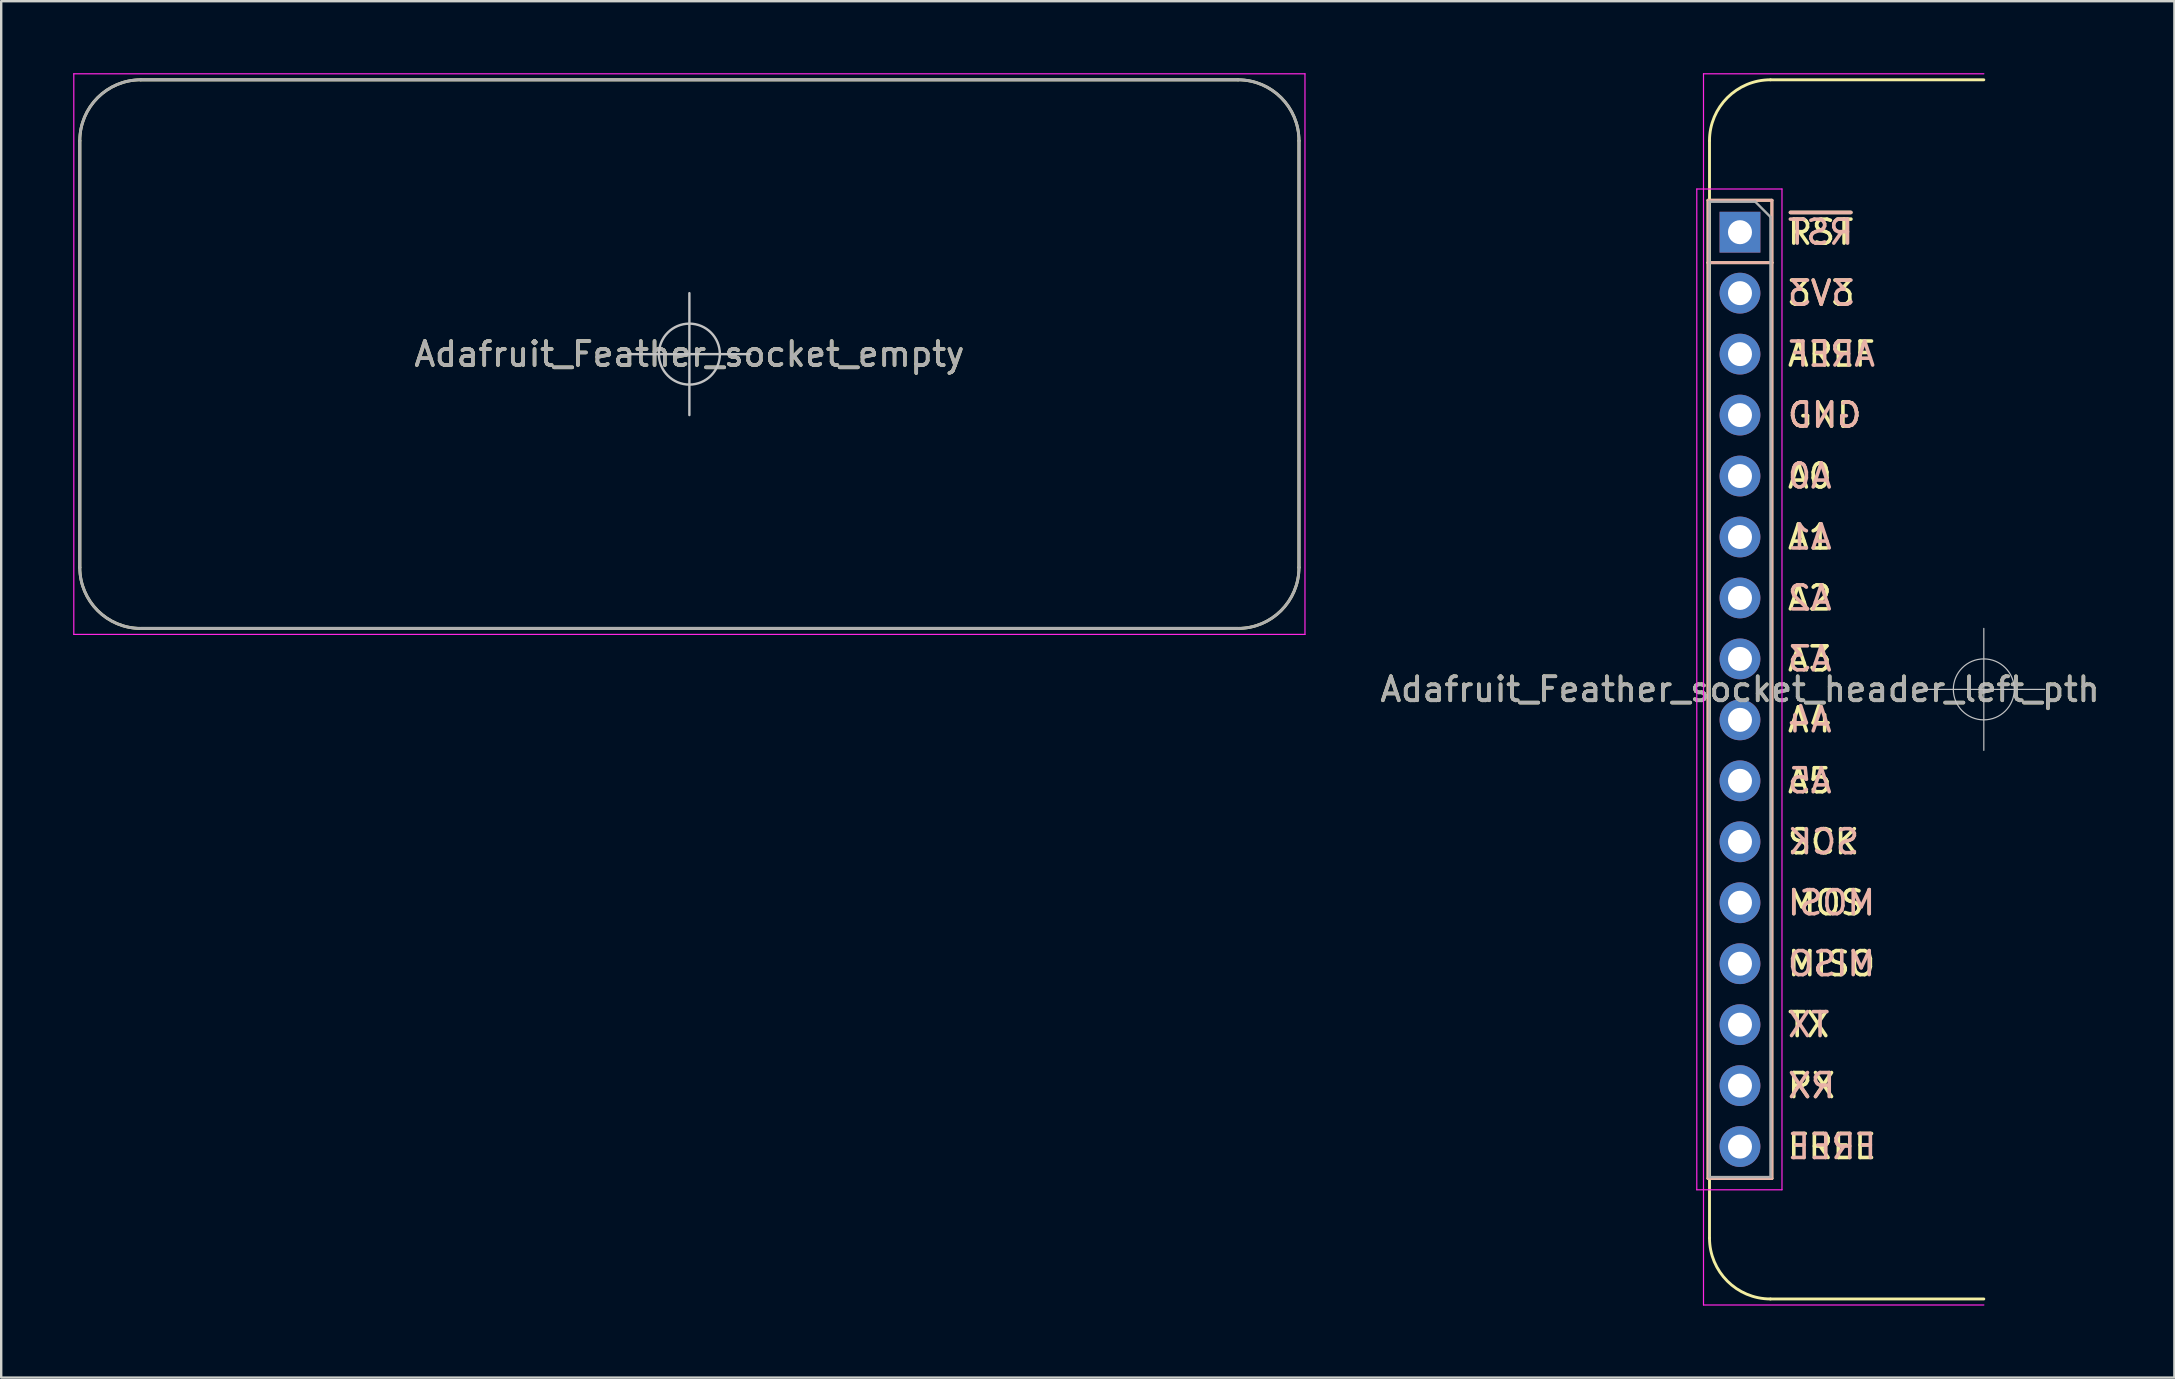
<source format=kicad_pcb>
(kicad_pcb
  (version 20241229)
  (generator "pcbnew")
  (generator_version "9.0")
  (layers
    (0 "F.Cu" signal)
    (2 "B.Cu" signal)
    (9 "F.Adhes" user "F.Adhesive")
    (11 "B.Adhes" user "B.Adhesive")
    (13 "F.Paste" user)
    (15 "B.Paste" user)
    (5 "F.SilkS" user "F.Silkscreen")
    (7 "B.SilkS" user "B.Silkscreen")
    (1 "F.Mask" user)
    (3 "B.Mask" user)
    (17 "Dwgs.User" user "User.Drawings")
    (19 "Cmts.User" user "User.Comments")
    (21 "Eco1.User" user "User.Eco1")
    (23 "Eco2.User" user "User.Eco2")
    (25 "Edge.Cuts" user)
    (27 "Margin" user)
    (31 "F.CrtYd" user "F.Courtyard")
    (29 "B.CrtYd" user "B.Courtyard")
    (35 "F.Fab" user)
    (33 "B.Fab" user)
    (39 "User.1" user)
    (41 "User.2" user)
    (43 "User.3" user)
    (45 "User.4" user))
  (footprint "Adafruit_Feather_socket_header_left_pth"
    (layer "F.Cu")
    (at 79.611 25.675)
    (property "Reference" "Adafruit_Feather_socket_header_left_pth" (at -10.16 0 0) (unlocked yes) (layer "F.SilkS") (effects (font (size 1 1) (thickness 0.15))))
    (attr through_hole)
    (fp_line (start -11.49 -20.38) (end -11.49 -17.78) (stroke (width 0.12) (type solid)) (layer "F.SilkS"))
    (fp_line (start -11.49 -20.38) (end -8.83 -20.38) (stroke (width 0.12) (type solid)) (layer "F.SilkS"))
    (fp_line (start -11.49 -17.78) (end -11.49 20.38) (stroke (width 0.12) (type solid)) (layer "F.SilkS"))
    (fp_line (start -11.49 -17.78) (end -8.83 -17.78) (stroke (width 0.12) (type solid)) (layer "F.SilkS"))
    (fp_line (start -11.49 20.38) (end -8.83 20.38) (stroke (width 0.12) (type solid)) (layer "F.SilkS"))
    (fp_line (start -11.43 -22.86) (end -11.43 22.86) (stroke (width 0.12) (type solid)) (layer "F.SilkS"))
    (fp_line (start -8.89 -25.4) (end 0 -25.4) (stroke (width 0.12) (type solid)) (layer "F.SilkS"))
    (fp_line (start -8.89 25.4) (end 0 25.4) (stroke (width 0.12) (type solid)) (layer "F.SilkS"))
    (fp_line (start -8.83 -20.38) (end -8.83 -17.78) (stroke (width 0.12) (type solid)) (layer "F.SilkS"))
    (fp_line (start -8.83 -17.78) (end -8.83 20.38) (stroke (width 0.12) (type solid)) (layer "F.SilkS"))
    (fp_arc (start -11.43 -22.86) (mid -10.686051 -24.656051) (end -8.89 -25.4) (stroke (width 0.12) (type solid)) (layer "F.SilkS"))
    (fp_arc (start -8.89 25.4) (mid -10.686051 24.656051) (end -11.43 22.86) (stroke (width 0.12) (type solid)) (layer "F.SilkS"))
    (fp_line (start -11.49 -20.38) (end -11.49 -17.78) (stroke (width 0.12) (type solid)) (layer "B.SilkS"))
    (fp_line (start -11.49 -20.38) (end -8.83 -20.38) (stroke (width 0.12) (type solid)) (layer "B.SilkS"))
    (fp_line (start -11.49 -17.78) (end -11.49 20.38) (stroke (width 0.12) (type solid)) (layer "B.SilkS"))
    (fp_line (start -11.49 -17.78) (end -8.83 -17.78) (stroke (width 0.12) (type solid)) (layer "B.SilkS"))
    (fp_line (start -11.49 20.38) (end -8.83 20.38) (stroke (width 0.12) (type solid)) (layer "B.SilkS"))
    (fp_line (start -8.83 -20.38) (end -8.83 -17.78) (stroke (width 0.12) (type solid)) (layer "B.SilkS"))
    (fp_line (start -8.83 -17.78) (end -8.83 20.38) (stroke (width 0.12) (type solid)) (layer "B.SilkS"))
    (fp_line (start -2.54 0) (end 2.54 0) (stroke (width 0.05) (type solid)) (layer "Dwgs.User"))
    (fp_line (start 0 -2.54) (end 0 2.54) (stroke (width 0.05) (type solid)) (layer "Dwgs.User"))
    (fp_circle (center 0 0) (end 1.27 0) (stroke (width 0.05) (type solid)) (fill no) (layer "Dwgs.User"))
    (fp_line (start -11.96 -20.85) (end -8.41 -20.85) (stroke (width 0.05) (type solid)) (layer "F.CrtYd"))
    (fp_line (start -11.96 20.85) (end -11.96 -20.85) (stroke (width 0.05) (type solid)) (layer "F.CrtYd"))
    (fp_line (start -11.68 -25.65) (end -11.68 25.65) (stroke (width 0.05) (type solid)) (layer "F.CrtYd"))
    (fp_line (start -11.68 -25.65) (end 0 -25.65) (stroke (width 0.05) (type solid)) (layer "F.CrtYd"))
    (fp_line (start -11.68 25.65) (end 0 25.65) (stroke (width 0.05) (type solid)) (layer "F.CrtYd"))
    (fp_line (start -8.41 -20.85) (end -8.41 20.85) (stroke (width 0.05) (type solid)) (layer "F.CrtYd"))
    (fp_line (start -8.41 20.85) (end -11.96 20.85) (stroke (width 0.05) (type solid)) (layer "F.CrtYd"))
    (fp_line (start -11.43 -20.32) (end -9.525 -20.32) (stroke (width 0.1) (type solid)) (layer "F.Fab"))
    (fp_line (start -11.43 20.32) (end -11.43 -20.32) (stroke (width 0.1) (type solid)) (layer "F.Fab"))
    (fp_line (start -9.525 -20.32) (end -8.89 -19.685) (stroke (width 0.1) (type solid)) (layer "F.Fab"))
    (fp_line (start -8.89 -19.685) (end -8.89 20.32) (stroke (width 0.1) (type solid)) (layer "F.Fab"))
    (fp_line (start -8.89 20.32) (end -11.43 20.32) (stroke (width 0.1) (type solid)) (layer "F.Fab"))
    (fp_text user "3V3" (at -8.255 -16.51 0) (unlocked yes) (layer "F.SilkS") (effects (font (size 1 1) (thickness 0.15)) (justify left)))
    (fp_text user "FREE" (at -8.255 19.05 0) (unlocked yes) (layer "F.SilkS") (effects (font (size 1 1) (thickness 0.15)) (justify left)))
    (fp_text user "A0" (at -8.255 -8.89 0) (unlocked yes) (layer "F.SilkS") (effects (font (size 1 1) (thickness 0.15)) (justify left)))
    (fp_text user "A4" (at -8.255 1.27 0) (unlocked yes) (layer "F.SilkS") (effects (font (size 1 1) (thickness 0.15)) (justify left)))
    (fp_text user "A3" (at -8.255 -1.27 0) (unlocked yes) (layer "F.SilkS") (effects (font (size 1 1) (thickness 0.15)) (justify left)))
    (fp_text user "A2" (at -8.255 -3.81 0) (unlocked yes) (layer "F.SilkS") (effects (font (size 1 1) (thickness 0.15)) (justify left)))
    (fp_text user "MOSI" (at -8.255 8.89 0) (unlocked yes) (layer "F.SilkS") (effects (font (size 1 1) (thickness 0.15)) (justify left)))
    (fp_text user "TX" (at -8.255 13.97 0) (unlocked yes) (layer "F.SilkS") (effects (font (size 1 1) (thickness 0.15)) (justify left)))
    (fp_text user "AREF" (at -8.255 -13.97 0) (unlocked yes) (layer "F.SilkS") (effects (font (size 1 1) (thickness 0.15)) (justify left)))
    (fp_text user "SCK" (at -8.255 6.35 0) (unlocked yes) (layer "F.SilkS") (effects (font (size 1 1) (thickness 0.15)) (justify left)))
    (fp_text user "A5" (at -8.255 3.81 0) (unlocked yes) (layer "F.SilkS") (effects (font (size 1 1) (thickness 0.15)) (justify left)))
    (fp_text user "RX" (at -8.255 16.51 0) (unlocked yes) (layer "F.SilkS") (effects (font (size 1 1) (thickness 0.15)) (justify left)))
    (fp_text user "~{RST}" (at -8.255 -19.05 0) (unlocked yes) (layer "F.SilkS") (effects (font (size 1 1) (thickness 0.15)) (justify left)))
    (fp_text user "A1" (at -8.255 -6.35 0) (unlocked yes) (layer "F.SilkS") (effects (font (size 1 1) (thickness 0.15)) (justify left)))
    (fp_text user "GND" (at -8.255 -11.43 0) (unlocked yes) (layer "F.SilkS") (effects (font (size 1 1) (thickness 0.15)) (justify left)))
    (fp_text user "MISO" (at -8.255 11.43 0) (unlocked yes) (layer "F.SilkS") (effects (font (size 1 1) (thickness 0.15)) (justify left)))
    (fp_text user "~{RST}" (at -8.255 -19.05 0) (unlocked yes) (layer "B.SilkS") (effects (font (size 1 1) (thickness 0.15)) (justify right mirror)))
    (fp_text user "A5" (at -8.255 3.81 0) (unlocked yes) (layer "B.SilkS") (effects (font (size 1 1) (thickness 0.15)) (justify right mirror)))
    (fp_text user "RX" (at -8.255 16.51 0) (unlocked yes) (layer "B.SilkS") (effects (font (size 1 1) (thickness 0.15)) (justify right mirror)))
    (fp_text user "MOSI" (at -8.255 8.89 0) (unlocked yes) (layer "B.SilkS") (effects (font (size 1 1) (thickness 0.15)) (justify right mirror)))
    (fp_text user "3V3" (at -8.255 -16.51 0) (unlocked yes) (layer "B.SilkS") (effects (font (size 1 1) (thickness 0.15)) (justify right mirror)))
    (fp_text user "TX" (at -8.255 13.97 0) (unlocked yes) (layer "B.SilkS") (effects (font (size 1 1) (thickness 0.15)) (justify right mirror)))
    (fp_text user "AREF" (at -8.255 -13.97 0) (unlocked yes) (layer "B.SilkS") (effects (font (size 1 1) (thickness 0.15)) (justify right mirror)))
    (fp_text user "SCK" (at -8.255 6.35 0) (unlocked yes) (layer "B.SilkS") (effects (font (size 1 1) (thickness 0.15)) (justify right mirror)))
    (fp_text user "GND" (at -8.255 -11.43 0) (unlocked yes) (layer "B.SilkS") (effects (font (size 1 1) (thickness 0.15)) (justify right mirror)))
    (fp_text user "A3" (at -8.255 -1.27 0) (unlocked yes) (layer "B.SilkS") (effects (font (size 1 1) (thickness 0.15)) (justify right mirror)))
    (fp_text user "FREE" (at -8.255 19.05 0) (unlocked yes) (layer "B.SilkS") (effects (font (size 1 1) (thickness 0.15)) (justify right mirror)))
    (fp_text user "A1" (at -8.255 -6.35 0) (unlocked yes) (layer "B.SilkS") (effects (font (size 1 1) (thickness 0.15)) (justify right mirror)))
    (fp_text user "A0" (at -8.255 -8.89 0) (unlocked yes) (layer "B.SilkS") (effects (font (size 1 1) (thickness 0.15)) (justify right mirror)))
    (fp_text user "A2" (at -8.255 -3.81 0) (unlocked yes) (layer "B.SilkS") (effects (font (size 1 1) (thickness 0.15)) (justify right mirror)))
    (fp_text user "A4" (at -8.255 1.27 0) (unlocked yes) (layer "B.SilkS") (effects (font (size 1 1) (thickness 0.15)) (justify right mirror)))
    (fp_text user "MISO" (at -8.255 11.43 0) (unlocked yes) (layer "B.SilkS") (effects (font (size 1 1) (thickness 0.15)) (justify right mirror)))
    (fp_text user "${REFERENCE}" (at -10.16 0 0) (unlocked yes) (layer "F.Fab") (effects (font (size 1 1) (thickness 0.15))))
    (pad "3V3" thru_hole oval (at -10.16 -16.51) (size 1.7 1.7) (drill 1) (layers "*.Cu" "*.Mask"))
    (pad "A0" thru_hole oval (at -10.16 -8.89) (size 1.7 1.7) (drill 1) (layers "*.Cu" "*.Mask"))
    (pad "A1" thru_hole oval (at -10.16 -6.35) (size 1.7 1.7) (drill 1) (layers "*.Cu" "*.Mask"))
    (pad "A2" thru_hole oval (at -10.16 -3.81) (size 1.7 1.7) (drill 1) (layers "*.Cu" "*.Mask"))
    (pad "A3" thru_hole oval (at -10.16 -1.27) (size 1.7 1.7) (drill 1) (layers "*.Cu" "*.Mask"))
    (pad "A4" thru_hole oval (at -10.16 1.27) (size 1.7 1.7) (drill 1) (layers "*.Cu" "*.Mask"))
    (pad "A5" thru_hole oval (at -10.16 3.81) (size 1.7 1.7) (drill 1) (layers "*.Cu" "*.Mask"))
    (pad "AREF" thru_hole oval (at -10.16 -13.97) (size 1.7 1.7) (drill 1) (layers "*.Cu" "*.Mask"))
    (pad "FREE" thru_hole oval (at -10.16 19.05) (size 1.7 1.7) (drill 1) (layers "*.Cu" "*.Mask"))
    (pad "GND" thru_hole oval (at -10.16 -11.43) (size 1.7 1.7) (drill 1) (layers "*.Cu" "*.Mask"))
    (pad "MISO" thru_hole oval (at -10.16 11.43) (size 1.7 1.7) (drill 1) (layers "*.Cu" "*.Mask"))
    (pad "MOSI" thru_hole oval (at -10.16 8.89) (size 1.7 1.7) (drill 1) (layers "*.Cu" "*.Mask"))
    (pad "RX" thru_hole oval (at -10.16 16.51) (size 1.7 1.7) (drill 1) (layers "*.Cu" "*.Mask"))
    (pad "SCK" thru_hole oval (at -10.16 6.35) (size 1.7 1.7) (drill 1) (layers "*.Cu" "*.Mask"))
    (pad "TX" thru_hole oval (at -10.16 13.97) (size 1.7 1.7) (drill 1) (layers "*.Cu" "*.Mask"))
    (pad "~RST" thru_hole rect (at -10.16 -19.05) (size 1.7 1.7) (drill 1) (layers "*.Cu" "*.Mask")))
  (footprint "Adafruit_Feather_socket_empty"
    (layer "F.Cu")
    (at 25.675 11.705)
    (property "Reference" "Adafruit_Feather_socket_empty" (at 0 0 0) (unlocked yes) (layer "F.SilkS") (effects (font (size 1 1) (thickness 0.15))))
    (attr through_hole)
    (fp_line (start -25.4 8.89) (end -25.4 -8.89) (stroke (width 0.127) (type solid)) (layer "F.SilkS"))
    (fp_line (start -22.86 -11.43) (end 22.86 -11.43) (stroke (width 0.127) (type solid)) (layer "F.SilkS"))
    (fp_line (start 22.86 11.43) (end -22.86 11.43) (stroke (width 0.127) (type solid)) (layer "F.SilkS"))
    (fp_line (start 25.4 -8.89) (end 25.4 8.89) (stroke (width 0.127) (type solid)) (layer "F.SilkS"))
    (fp_arc (start -25.4 -8.89) (mid -24.656051 -10.686051) (end -22.86 -11.43) (stroke (width 0.12) (type solid)) (layer "F.SilkS"))
    (fp_arc (start -22.86 11.43) (mid -24.656051 10.686051) (end -25.4 8.89) (stroke (width 0.12) (type solid)) (layer "F.SilkS"))
    (fp_arc (start 22.86 -11.43) (mid 24.656051 -10.686051) (end 25.4 -8.89) (stroke (width 0.12) (type solid)) (layer "F.SilkS"))
    (fp_arc (start 25.4 8.89) (mid 24.656051 10.686051) (end 22.86 11.43) (stroke (width 0.12) (type solid)) (layer "F.SilkS"))
    (fp_line (start -2.54 0) (end 2.54 0) (stroke (width 0.1) (type solid)) (layer "Dwgs.User"))
    (fp_line (start 0 -2.54) (end 0 2.54) (stroke (width 0.1) (type solid)) (layer "Dwgs.User"))
    (fp_circle (center 0 0) (end 1.27 0) (stroke (width 0.1) (type solid)) (fill no) (layer "Dwgs.User"))
    (fp_line (start -25.65 -11.68) (end 25.65 -11.68) (stroke (width 0.05) (type solid)) (layer "F.CrtYd"))
    (fp_line (start -25.65 11.68) (end -25.65 -11.68) (stroke (width 0.05) (type solid)) (layer "F.CrtYd"))
    (fp_line (start 25.65 -11.68) (end 25.65 11.68) (stroke (width 0.05) (type solid)) (layer "F.CrtYd"))
    (fp_line (start 25.65 11.68) (end -25.65 11.68) (stroke (width 0.05) (type solid)) (layer "F.CrtYd"))
    (fp_line (start -25.4 8.89) (end -25.4 -8.89) (stroke (width 0.127) (type solid)) (layer "F.Fab"))
    (fp_line (start -22.86 -11.43) (end 22.86 -11.43) (stroke (width 0.127) (type solid)) (layer "F.Fab"))
    (fp_line (start 22.86 11.43) (end -22.86 11.43) (stroke (width 0.127) (type solid)) (layer "F.Fab"))
    (fp_line (start 25.4 -8.89) (end 25.4 8.89) (stroke (width 0.127) (type solid)) (layer "F.Fab"))
    (fp_arc (start -25.4 -8.89) (mid -24.656051 -10.686051) (end -22.86 -11.43) (stroke (width 0.12) (type solid)) (layer "F.Fab"))
    (fp_arc (start -22.86 11.43) (mid -24.656051 10.686051) (end -25.4 8.89) (stroke (width 0.12) (type solid)) (layer "F.Fab"))
    (fp_arc (start 22.86 -11.43) (mid 24.656051 -10.686051) (end 25.4 -8.89) (stroke (width 0.12) (type solid)) (layer "F.Fab"))
    (fp_arc (start 25.4 8.89) (mid 24.656051 10.686051) (end 22.86 11.43) (stroke (width 0.12) (type solid)) (layer "F.Fab"))
    (fp_text user "${REFERENCE}" (at 0 0 0) (unlocked yes) (layer "F.Fab") (effects (font (size 1 1) (thickness 0.15)))))
  (gr_rect
    (start -3 -3)
    (end 87.552 54.35)
    (stroke (width 0.1) (type default))
    (fill no)
    (layer "Edge.Cuts")))
</source>
